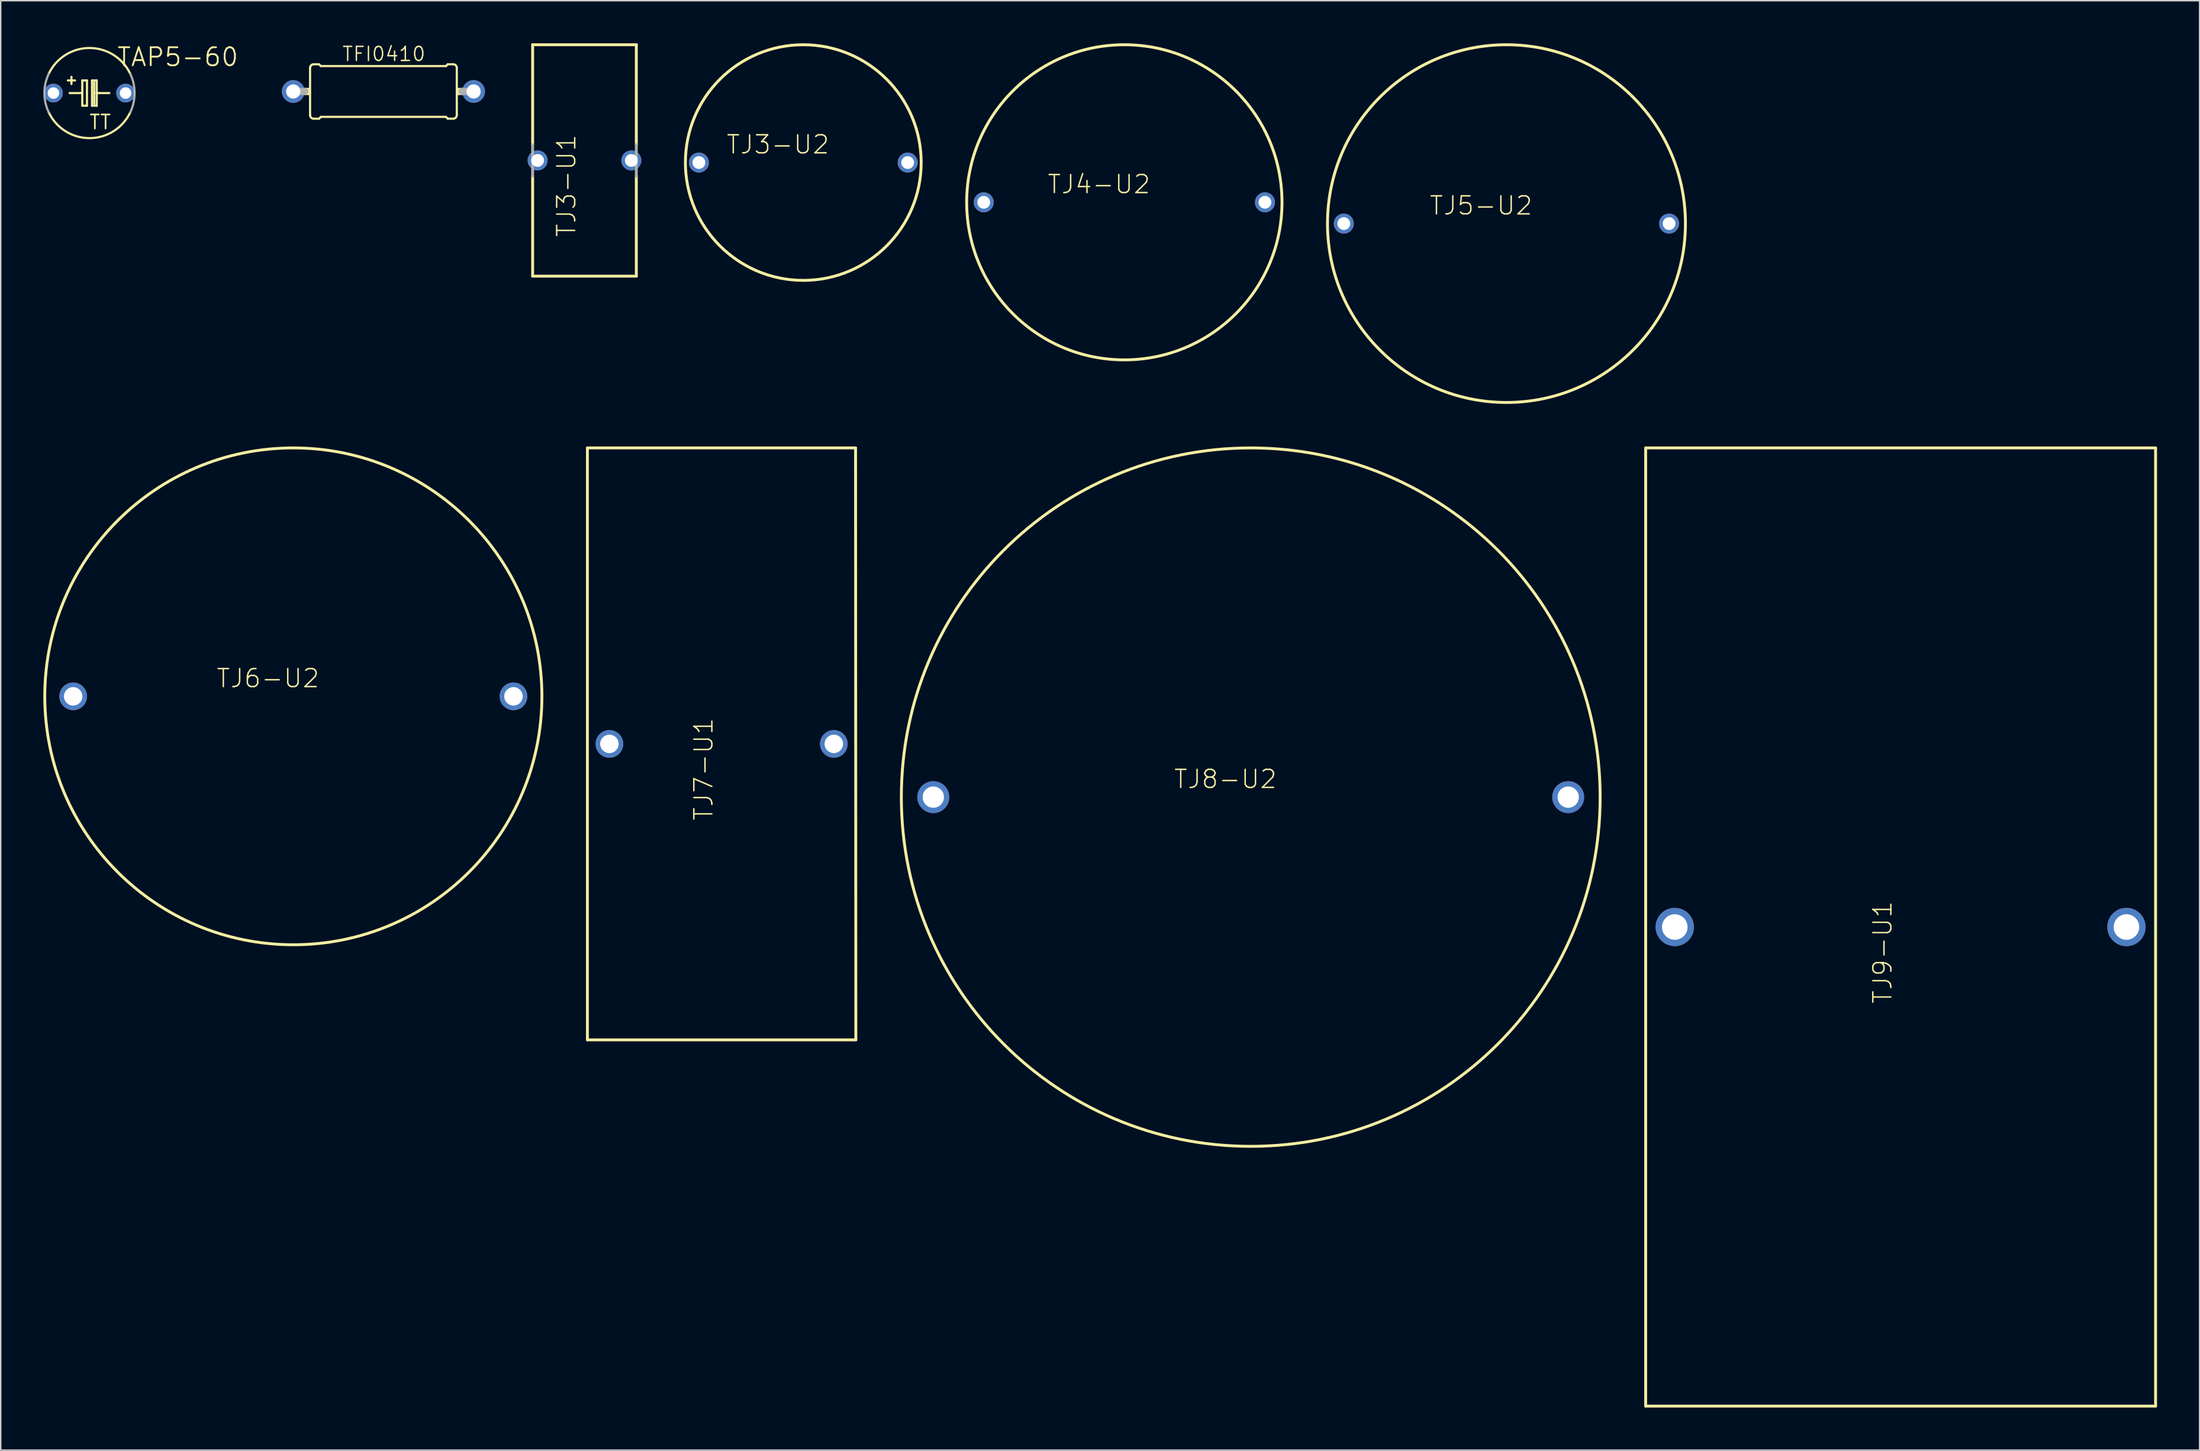
<source format=kicad_pcb>
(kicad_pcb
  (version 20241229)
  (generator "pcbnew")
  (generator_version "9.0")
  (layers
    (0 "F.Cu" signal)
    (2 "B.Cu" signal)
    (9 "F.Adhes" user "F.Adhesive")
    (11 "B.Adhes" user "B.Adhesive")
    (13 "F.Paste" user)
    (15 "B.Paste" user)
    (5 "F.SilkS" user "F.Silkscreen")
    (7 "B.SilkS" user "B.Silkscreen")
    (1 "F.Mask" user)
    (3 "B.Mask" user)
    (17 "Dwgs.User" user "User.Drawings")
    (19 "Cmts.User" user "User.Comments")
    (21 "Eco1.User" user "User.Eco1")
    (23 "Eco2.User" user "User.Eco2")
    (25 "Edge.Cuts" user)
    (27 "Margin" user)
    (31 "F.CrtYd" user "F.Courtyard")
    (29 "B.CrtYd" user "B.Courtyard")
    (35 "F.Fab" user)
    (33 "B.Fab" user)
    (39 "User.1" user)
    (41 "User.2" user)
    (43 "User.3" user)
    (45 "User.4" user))
  (footprint "TJ3-U1"
    (layer "F.Cu")
    (at 38.099 8.252)
    (property "Reference" "TJ3-U1" (at -1.27 1.784 90) (layer "F.SilkS") (effects (font (size 1.27 1.27) (thickness 0.102))))
    (attr through_hole)
    (fp_line (start -3.65 -8.15) (end 3.65 -8.15) (stroke (width 0.203) (type solid)) (layer "F.SilkS"))
    (fp_line (start -3.65 -1.1) (end -3.65 -8.15) (stroke (width 0.203) (type solid)) (layer "F.SilkS"))
    (fp_line (start -3.65 8.15) (end -3.65 1.1) (stroke (width 0.203) (type solid)) (layer "F.SilkS"))
    (fp_line (start 3.65 -8.15) (end 3.65 -1.1) (stroke (width 0.203) (type solid)) (layer "F.SilkS"))
    (fp_line (start 3.65 1.1) (end 3.65 8.15) (stroke (width 0.203) (type solid)) (layer "F.SilkS"))
    (fp_line (start 3.65 8.15) (end -3.65 8.15) (stroke (width 0.203) (type solid)) (layer "F.SilkS"))
    (fp_line (start -3.65 1.1) (end -3.65 -1.1) (stroke (width 0.203) (type solid)) (layer "F.Fab"))
    (fp_line (start 3.65 -1.1) (end 3.65 1.1) (stroke (width 0.203) (type solid)) (layer "F.Fab"))
    (pad "1" thru_hole circle (at -3.3 0) (size 1.408 1.408) (drill 0.9) (layers "*.Cu" "*.Mask"))
    (pad "2" thru_hole circle (at 3.3 0) (size 1.408 1.408) (drill 0.9) (layers "*.Cu" "*.Mask")))
  (footprint "TJ7-U1"
    (layer "F.Cu")
    (at 47.755 49.355)
    (property "Reference" "TJ7-U1" (at -1.27 1.784 90) (layer "F.SilkS") (effects (font (size 1.27 1.27) (thickness 0.102))))
    (attr through_hole)
    (fp_line (start -9.45 -20.85) (end 9.43 -20.85) (stroke (width 0.203) (type solid)) (layer "F.SilkS"))
    (fp_line (start -9.45 20.85) (end -9.45 -20.85) (stroke (width 0.203) (type solid)) (layer "F.SilkS"))
    (fp_line (start 9.43 -20.85) (end 9.45 20.85) (stroke (width 0.203) (type solid)) (layer "F.SilkS"))
    (fp_line (start 9.45 20.85) (end -9.45 20.85) (stroke (width 0.203) (type solid)) (layer "F.SilkS"))
    (pad "1" thru_hole circle (at -7.9 0) (size 1.95 1.95) (drill 1.3) (layers "*.Cu" "*.Mask"))
    (pad "2" thru_hole circle (at 7.9 0) (size 1.95 1.95) (drill 1.3) (layers "*.Cu" "*.Mask")))
  (footprint "TJ3-U2"
    (layer "F.Cu")
    (at 53.505 8.402)
    (property "Reference" "TJ3-U2" (at -1.784 -1.27 0) (layer "F.SilkS") (effects (font (size 1.27 1.27) (thickness 0.102))))
    (attr through_hole)
    (fp_circle (center 0 0) (end 8.3 0) (stroke (width 0.203) (type solid)) (fill no) (layer "F.SilkS"))
    (pad "1" thru_hole circle (at -7.35 0) (size 1.408 1.408) (drill 0.9) (layers "*.Cu" "*.Mask"))
    (pad "2" thru_hole circle (at 7.35 0) (size 1.408 1.408) (drill 0.9) (layers "*.Cu" "*.Mask")))
  (footprint "TFI0410"
    (layer "F.Cu")
    (at 23.945 3.394)
    (property "Reference" "TFI0410" (at 0.031 -2.641 0) (layer "F.SilkS") (effects (font (size 0.991 0.991) (thickness 0.099))))
    (attr through_hole)
    (fp_line (start -5.165 1.662) (end -5.165 -1.662) (stroke (width 0.152) (type solid)) (layer "F.SilkS"))
    (fp_line (start -4.911 -1.916) (end -4.53 -1.916) (stroke (width 0.152) (type solid)) (layer "F.SilkS"))
    (fp_line (start -4.911 1.916) (end -4.53 1.916) (stroke (width 0.152) (type solid)) (layer "F.SilkS"))
    (fp_line (start -4.403 -1.789) (end -4.53 -1.916) (stroke (width 0.152) (type solid)) (layer "F.SilkS"))
    (fp_line (start -4.403 1.789) (end -4.53 1.916) (stroke (width 0.152) (type solid)) (layer "F.SilkS"))
    (fp_line (start 4.403 -1.789) (end -4.403 -1.789) (stroke (width 0.152) (type solid)) (layer "F.SilkS"))
    (fp_line (start 4.403 -1.789) (end 4.53 -1.916) (stroke (width 0.152) (type solid)) (layer "F.SilkS"))
    (fp_line (start 4.403 1.789) (end -4.403 1.789) (stroke (width 0.152) (type solid)) (layer "F.SilkS"))
    (fp_line (start 4.403 1.789) (end 4.53 1.916) (stroke (width 0.152) (type solid)) (layer "F.SilkS"))
    (fp_line (start 4.911 -1.916) (end 4.53 -1.916) (stroke (width 0.152) (type solid)) (layer "F.SilkS"))
    (fp_line (start 4.911 1.916) (end 4.53 1.916) (stroke (width 0.152) (type solid)) (layer "F.SilkS"))
    (fp_line (start 5.165 1.662) (end 5.165 -1.662) (stroke (width 0.152) (type solid)) (layer "F.SilkS"))
    (fp_arc (start -5.165 -1.662) (mid -5.090605 -1.841605) (end -4.911 -1.916) (stroke (width 0.1524) (type solid)) (layer "F.SilkS"))
    (fp_arc (start -4.911 1.916) (mid -5.090605 1.841605) (end -5.165 1.662) (stroke (width 0.1524) (type solid)) (layer "F.SilkS"))
    (fp_arc (start 4.911 -1.916) (mid 5.090605 -1.841605) (end 5.165 -1.662) (stroke (width 0.1524) (type solid)) (layer "F.SilkS"))
    (fp_arc (start 5.165 1.662) (mid 5.090605 1.841605) (end 4.911 1.916) (stroke (width 0.1524) (type solid)) (layer "F.SilkS"))
    (fp_poly (pts (xy -5.546 -0.254) (xy -5.165 -0.254) (xy -5.165 0.254) (xy -5.546 0.254)) (stroke (width 0) (type solid)) (fill yes) (layer "F.SilkS"))
    (fp_poly (pts (xy 5.165 -0.254) (xy 5.546 -0.254) (xy 5.546 0.254) (xy 5.165 0.254)) (stroke (width 0) (type solid)) (fill yes) (layer "F.SilkS"))
    (fp_line (start -6.35 0) (end -5.54 0) (stroke (width 0.508) (type solid)) (layer "F.Fab"))
    (fp_line (start 6.35 0) (end 5.54 0) (stroke (width 0.508) (type solid)) (layer "F.Fab"))
    (pad "1" thru_hole circle (at -6.35 0) (size 1.6 1.6) (drill 1) (layers "*.Cu" "*.Mask"))
    (pad "2" thru_hole circle (at 6.35 0) (size 1.6 1.6) (drill 1) (layers "*.Cu" "*.Mask")))
  (footprint "TJ5-U2"
    (layer "F.Cu")
    (at 103.011 12.702)
    (property "Reference" "TJ5-U2" (at -1.784 -1.27 0) (layer "F.SilkS") (effects (font (size 1.27 1.27) (thickness 0.102))))
    (attr through_hole)
    (fp_circle (center 0 0) (end 12.6 0) (stroke (width 0.203) (type solid)) (fill no) (layer "F.SilkS"))
    (pad "1" thru_hole circle (at -11.45 0) (size 1.408 1.408) (drill 0.9) (layers "*.Cu" "*.Mask"))
    (pad "2" thru_hole circle (at 11.45 0) (size 1.408 1.408) (drill 0.9) (layers "*.Cu" "*.Mask")))
  (footprint "TJ6-U2"
    (layer "F.Cu")
    (at 17.602 46.005)
    (property "Reference" "TJ6-U2" (at -1.784 -1.27 0) (layer "F.SilkS") (effects (font (size 1.27 1.27) (thickness 0.102))))
    (attr through_hole)
    (fp_circle (center 0 0) (end 17.5 0) (stroke (width 0.203) (type solid)) (fill no) (layer "F.SilkS"))
    (pad "1" thru_hole circle (at -15.5 0) (size 1.95 1.95) (drill 1.3) (layers "*.Cu" "*.Mask"))
    (pad "2" thru_hole circle (at 15.5 0) (size 1.95 1.95) (drill 1.3) (layers "*.Cu" "*.Mask")))
  (footprint "TJ9-U1"
    (layer "F.Cu")
    (at 130.761 62.255)
    (property "Reference" "TJ9-U1" (at -1.27 1.784 90) (layer "F.SilkS") (effects (font (size 1.27 1.27) (thickness 0.102))))
    (attr through_hole)
    (fp_line (start -17.95 -33.75) (end 17.95 -33.75) (stroke (width 0.203) (type solid)) (layer "F.SilkS"))
    (fp_line (start -17.95 33.75) (end -17.95 -33.75) (stroke (width 0.203) (type solid)) (layer "F.SilkS"))
    (fp_line (start 17.95 -33.75) (end 17.95 33.75) (stroke (width 0.203) (type solid)) (layer "F.SilkS"))
    (fp_line (start 17.95 33.75) (end -17.95 33.75) (stroke (width 0.203) (type solid)) (layer "F.SilkS"))
    (pad "1" thru_hole circle (at -15.9 0) (size 2.7 2.7) (drill 1.8) (layers "*.Cu" "*.Mask"))
    (pad "2" thru_hole circle (at 15.9 0) (size 2.7 2.7) (drill 1.8) (layers "*.Cu" "*.Mask")))
  (footprint "TAP5-60"
    (layer "F.Cu")
    (at 3.251 3.506)
    (property "Reference" "TAP5-60" (at 6.217 -2.54 0) (layer "F.SilkS") (effects (font (size 1.27 1.27) (thickness 0.127))))
    (attr through_hole)
    (fp_line (start -1.397 0) (end -0.508 0) (stroke (width 0.152) (type solid)) (layer "F.SilkS"))
    (fp_line (start -1.27 -0.635) (end -1.27 -1.143) (stroke (width 0.152) (type solid)) (layer "F.SilkS"))
    (fp_line (start -1.016 -0.889) (end -1.524 -0.889) (stroke (width 0.152) (type solid)) (layer "F.SilkS"))
    (fp_line (start -0.508 -0.889) (end -0.508 0) (stroke (width 0.152) (type solid)) (layer "F.SilkS"))
    (fp_line (start -0.508 0) (end -0.508 0.889) (stroke (width 0.152) (type solid)) (layer "F.SilkS"))
    (fp_line (start -0.508 0.889) (end -0.178 0.889) (stroke (width 0.152) (type solid)) (layer "F.SilkS"))
    (fp_line (start -0.178 -0.889) (end -0.508 -0.889) (stroke (width 0.152) (type solid)) (layer "F.SilkS"))
    (fp_line (start -0.178 0.889) (end -0.178 -0.889) (stroke (width 0.152) (type solid)) (layer "F.SilkS"))
    (fp_line (start 0.178 -0.889) (end 0.178 0.889) (stroke (width 0.152) (type solid)) (layer "F.SilkS"))
    (fp_line (start 0.178 0.889) (end 0.508 0.889) (stroke (width 0.152) (type solid)) (layer "F.SilkS"))
    (fp_line (start 0.33 0.762) (end 0.33 -0.762) (stroke (width 0.152) (type solid)) (layer "F.SilkS"))
    (fp_line (start 0.508 -0.889) (end 0.178 -0.889) (stroke (width 0.152) (type solid)) (layer "F.SilkS"))
    (fp_line (start 0.508 0) (end 0.508 -0.889) (stroke (width 0.152) (type solid)) (layer "F.SilkS"))
    (fp_line (start 0.508 0) (end 1.397 0) (stroke (width 0.152) (type solid)) (layer "F.SilkS"))
    (fp_line (start 0.508 0.889) (end 0.508 0) (stroke (width 0.152) (type solid)) (layer "F.SilkS"))
    (fp_arc (start -2.8702 -1.3574) (mid 0.000001 -3.174993) (end 2.870201 -1.357399) (stroke (width 0.1524) (type solid)) (layer "F.SilkS"))
    (fp_arc (start 2.870201 1.357399) (mid 0.000001 3.174994) (end -2.8702 1.3574) (stroke (width 0.1524) (type solid)) (layer "F.SilkS"))
    (fp_arc (start -2.8702 1.3574) (mid -3.174993 0) (end -2.8702 -1.3574) (stroke (width 0.1524) (type solid)) (layer "F.Fab"))
    (fp_arc (start 2.8702 -1.3574) (mid 3.174993 0) (end 2.8702 1.3574) (stroke (width 0.1524) (type solid)) (layer "F.Fab"))
    (fp_text user "TT" (at 0.755 2.045 0) (layer "F.SilkS") (effects (font (size 0.991 0.991) (thickness 0.119))))
    (pad "+" thru_hole circle (at -2.54 0) (size 1.321 1.321) (drill 0.813) (layers "*.Cu" "*.Mask"))
    (pad "-" thru_hole circle (at 2.54 0) (size 1.321 1.321) (drill 0.813) (layers "*.Cu" "*.Mask")))
  (footprint "TJ4-U2"
    (layer "F.Cu")
    (at 76.108 11.202)
    (property "Reference" "TJ4-U2" (at -1.784 -1.27 0) (layer "F.SilkS") (effects (font (size 1.27 1.27) (thickness 0.102))))
    (attr through_hole)
    (fp_circle (center 0 0) (end 11.1 0) (stroke (width 0.203) (type solid)) (fill no) (layer "F.SilkS"))
    (pad "1" thru_hole circle (at -9.9 0) (size 1.408 1.408) (drill 0.9) (layers "*.Cu" "*.Mask"))
    (pad "2" thru_hole circle (at 9.9 0) (size 1.408 1.408) (drill 0.9) (layers "*.Cu" "*.Mask")))
  (footprint "TJ8-U2"
    (layer "F.Cu")
    (at 85.008 53.105)
    (property "Reference" "TJ8-U2" (at -1.784 -1.27 0) (layer "F.SilkS") (effects (font (size 1.27 1.27) (thickness 0.102))))
    (attr through_hole)
    (fp_circle (center 0 0) (end 24.6 0) (stroke (width 0.203) (type solid)) (fill no) (layer "F.SilkS"))
    (pad "1" thru_hole circle (at -22.35 0) (size 2.25 2.25) (drill 1.5) (layers "*.Cu" "*.Mask"))
    (pad "2" thru_hole circle (at 22.35 0) (size 2.25 2.25) (drill 1.5) (layers "*.Cu" "*.Mask")))
  (gr_rect
    (start -3 -3)
    (end 151.813 99.106)
    (stroke (width 0.1) (type default))
    (fill no)
    (layer "Edge.Cuts")))
</source>
